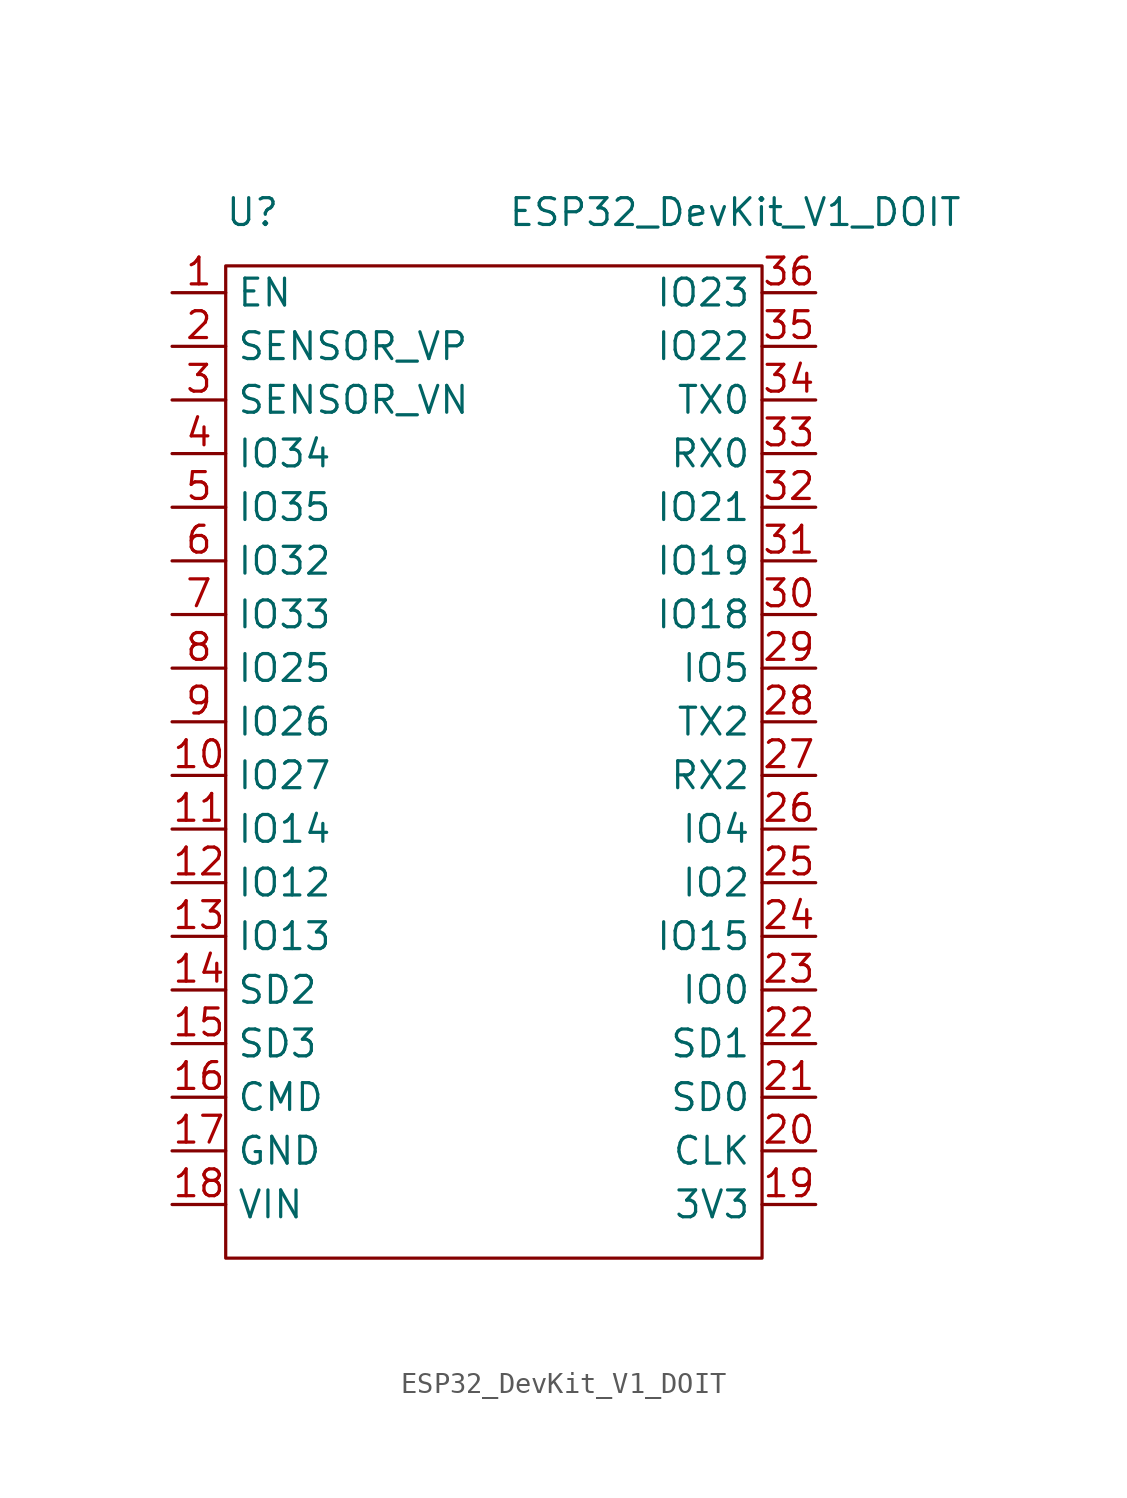
<source format=kicad_sym>
(kicad_symbol_lib
  (version 20211014)
  (generator kicad_symbol_editor)
  (symbol "ESP32_DevKit_V1_DOIT"
    (property "Reference" "U"
      (at -11.43 34.29 0)
      (effects (font (size 1.27 1.27))))
    (property "Value" "ESP32_DevKit_V1_DOIT"
      (at 11.43 34.29 0)
      (effects (font (size 1.27 1.27))))
    (symbol "ESP32_DevKit_V1_DOIT_0_0"
      (pin bidirectional line (at 15.24 25.4 180) (length 2.54) (name "TX0" (effects (font (size 1.27 1.27)))) (number "34" (effects (font (size 1.27 1.27)))))
      (pin bidirectional line (at 15.24 27.94 180) (length 2.54) (name "IO22" (effects (font (size 1.27 1.27)))) (number "35" (effects (font (size 1.27 1.27)))))
      (pin bidirectional line (at 15.24 30.48 180) (length 2.54) (name "IO23" (effects (font (size 1.27 1.27)))) (number "36" (effects (font (size 1.27 1.27))))))
    (symbol "ESP32_DevKit_V1_DOIT_0_1"
      (rectangle (start -12.7 31.75) (end 12.7 -15.24) (stroke (width 0) (type default) (color 0 0 0 0)) (fill (type none))))
    (symbol "ESP32_DevKit_V1_DOIT_1_1"
      (pin input line (at -15.24 30.48 0) (length 2.54) (name "EN" (effects (font (size 1.27 1.27)))) (number "1" (effects (font (size 1.27 1.27)))))
      (pin bidirectional line (at -15.24 7.62 0) (length 2.54) (name "IO27" (effects (font (size 1.27 1.27)))) (number "10" (effects (font (size 1.27 1.27)))))
      (pin bidirectional line (at -15.24 5.08 0) (length 2.54) (name "IO14" (effects (font (size 1.27 1.27)))) (number "11" (effects (font (size 1.27 1.27)))))
      (pin bidirectional line (at -15.24 2.54 0) (length 2.54) (name "IO12" (effects (font (size 1.27 1.27)))) (number "12" (effects (font (size 1.27 1.27)))))
      (pin bidirectional line (at -15.24 0 0) (length 2.54) (name "IO13" (effects (font (size 1.27 1.27)))) (number "13" (effects (font (size 1.27 1.27)))))
      (pin bidirectional line (at -15.24 -2.54 0) (length 2.54) (name "SD2" (effects (font (size 1.27 1.27)))) (number "14" (effects (font (size 1.27 1.27)))))
      (pin bidirectional line (at -15.24 -5.08 0) (length 2.54) (name "SD3" (effects (font (size 1.27 1.27)))) (number "15" (effects (font (size 1.27 1.27)))))
      (pin bidirectional line (at -15.24 -7.62 0) (length 2.54) (name "CMD" (effects (font (size 1.27 1.27)))) (number "16" (effects (font (size 1.27 1.27)))))
      (pin power_in line (at -15.24 -10.16 0) (length 2.54) (name "GND" (effects (font (size 1.27 1.27)))) (number "17" (effects (font (size 1.27 1.27)))))
      (pin power_in line (at -15.24 -12.7 0) (length 2.54) (name "VIN" (effects (font (size 1.27 1.27)))) (number "18" (effects (font (size 1.27 1.27)))))
      (pin power_in line (at 15.24 -12.7 180) (length 2.54) (name "3V3" (effects (font (size 1.27 1.27)))) (number "19" (effects (font (size 1.27 1.27)))))
      (pin input line (at -15.24 27.94 0) (length 2.54) (name "SENSOR_VP" (effects (font (size 1.27 1.27)))) (number "2" (effects (font (size 1.27 1.27)))))
      (pin bidirectional line (at 15.24 -10.16 180) (length 2.54) (name "CLK" (effects (font (size 1.27 1.27)))) (number "20" (effects (font (size 1.27 1.27)))))
      (pin bidirectional line (at 15.24 -7.62 180) (length 2.54) (name "SD0" (effects (font (size 1.27 1.27)))) (number "21" (effects (font (size 1.27 1.27)))))
      (pin bidirectional line (at 15.24 -5.08 180) (length 2.54) (name "SD1" (effects (font (size 1.27 1.27)))) (number "22" (effects (font (size 1.27 1.27)))))
      (pin bidirectional line (at 15.24 -2.54 180) (length 2.54) (name "IO0" (effects (font (size 1.27 1.27)))) (number "23" (effects (font (size 1.27 1.27)))))
      (pin bidirectional line (at 15.24 0 180) (length 2.54) (name "IO15" (effects (font (size 1.27 1.27)))) (number "24" (effects (font (size 1.27 1.27)))))
      (pin bidirectional line (at 15.24 2.54 180) (length 2.54) (name "IO2" (effects (font (size 1.27 1.27)))) (number "25" (effects (font (size 1.27 1.27)))))
      (pin bidirectional line (at 15.24 5.08 180) (length 2.54) (name "IO4" (effects (font (size 1.27 1.27)))) (number "26" (effects (font (size 1.27 1.27)))))
      (pin bidirectional line (at 15.24 7.62 180) (length 2.54) (name "RX2" (effects (font (size 1.27 1.27)))) (number "27" (effects (font (size 1.27 1.27)))))
      (pin bidirectional line (at 15.24 10.16 180) (length 2.54) (name "TX2" (effects (font (size 1.27 1.27)))) (number "28" (effects (font (size 1.27 1.27)))))
      (pin bidirectional line (at 15.24 12.7 180) (length 2.54) (name "IO5" (effects (font (size 1.27 1.27)))) (number "29" (effects (font (size 1.27 1.27)))))
      (pin input line (at -15.24 25.4 0) (length 2.54) (name "SENSOR_VN" (effects (font (size 1.27 1.27)))) (number "3" (effects (font (size 1.27 1.27)))))
      (pin bidirectional line (at 15.24 15.24 180) (length 2.54) (name "IO18" (effects (font (size 1.27 1.27)))) (number "30" (effects (font (size 1.27 1.27)))))
      (pin bidirectional line (at 15.24 17.78 180) (length 2.54) (name "IO19" (effects (font (size 1.27 1.27)))) (number "31" (effects (font (size 1.27 1.27)))))
      (pin bidirectional line (at 15.24 20.32 180) (length 2.54) (name "IO21" (effects (font (size 1.27 1.27)))) (number "32" (effects (font (size 1.27 1.27)))))
      (pin bidirectional line (at 15.24 22.86 180) (length 2.54) (name "RX0" (effects (font (size 1.27 1.27)))) (number "33" (effects (font (size 1.27 1.27)))))
      (pin input line (at -15.24 22.86 0) (length 2.54) (name "IO34" (effects (font (size 1.27 1.27)))) (number "4" (effects (font (size 1.27 1.27)))))
      (pin input line (at -15.24 20.32 0) (length 2.54) (name "IO35" (effects (font (size 1.27 1.27)))) (number "5" (effects (font (size 1.27 1.27)))))
      (pin bidirectional line (at -15.24 17.78 0) (length 2.54) (name "IO32" (effects (font (size 1.27 1.27)))) (number "6" (effects (font (size 1.27 1.27)))))
      (pin bidirectional line (at -15.24 15.24 0) (length 2.54) (name "IO33" (effects (font (size 1.27 1.27)))) (number "7" (effects (font (size 1.27 1.27)))))
      (pin bidirectional line (at -15.24 12.7 0) (length 2.54) (name "IO25" (effects (font (size 1.27 1.27)))) (number "8" (effects (font (size 1.27 1.27)))))
      (pin bidirectional line (at -15.24 10.16 0) (length 2.54) (name "IO26" (effects (font (size 1.27 1.27)))) (number "9" (effects (font (size 1.27 1.27))))))))
</source>
